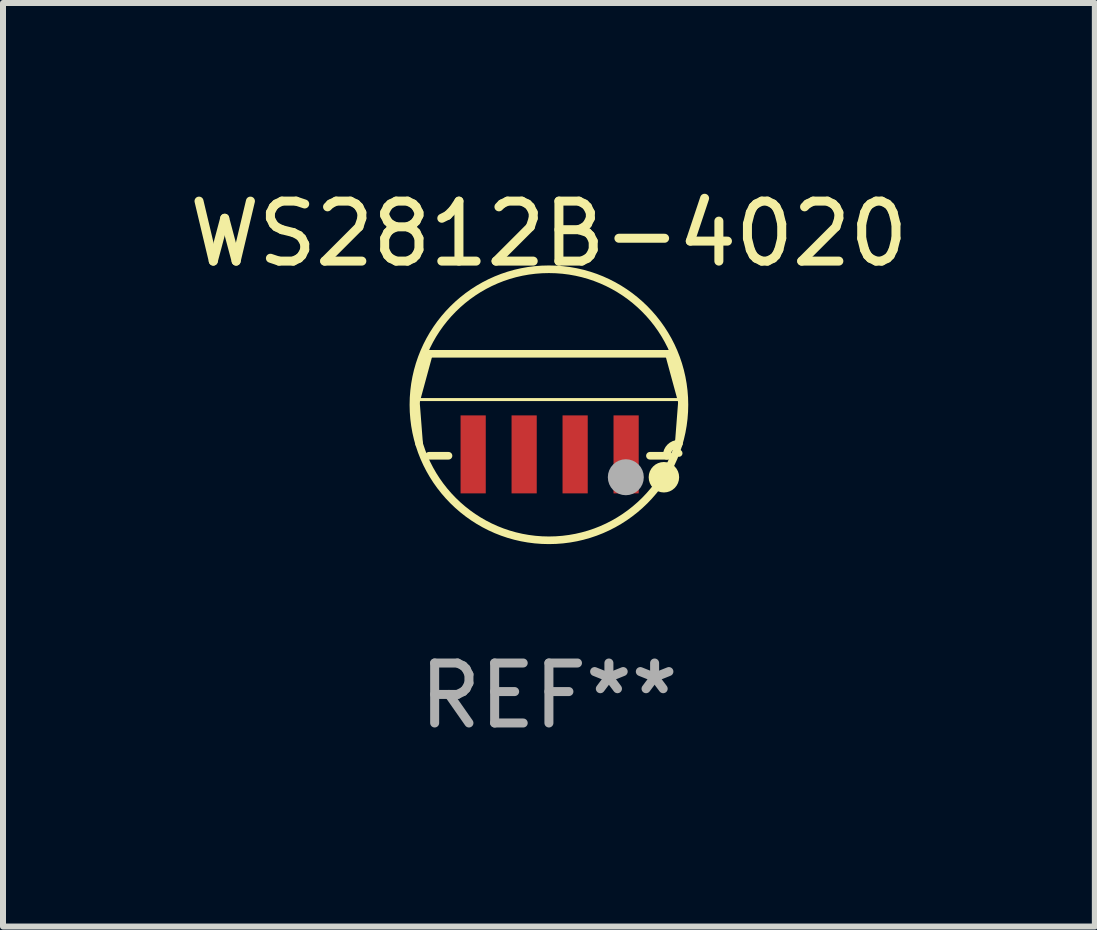
<source format=kicad_pcb>
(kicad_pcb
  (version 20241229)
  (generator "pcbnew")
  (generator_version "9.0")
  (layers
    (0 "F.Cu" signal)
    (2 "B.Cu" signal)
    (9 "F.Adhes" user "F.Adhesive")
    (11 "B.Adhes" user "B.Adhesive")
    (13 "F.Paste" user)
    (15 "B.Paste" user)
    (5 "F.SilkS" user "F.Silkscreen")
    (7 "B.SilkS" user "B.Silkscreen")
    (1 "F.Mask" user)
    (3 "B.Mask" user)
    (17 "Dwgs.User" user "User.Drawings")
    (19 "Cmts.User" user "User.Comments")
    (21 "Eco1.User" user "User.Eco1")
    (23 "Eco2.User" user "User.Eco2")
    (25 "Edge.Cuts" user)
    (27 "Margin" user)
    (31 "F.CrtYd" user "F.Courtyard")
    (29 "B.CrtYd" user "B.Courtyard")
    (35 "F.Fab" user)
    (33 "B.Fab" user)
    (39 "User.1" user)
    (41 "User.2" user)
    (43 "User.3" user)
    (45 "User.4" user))
  (footprint "WS2812B-4020"
    (layer "F.Cu")
    (at 6.101 3.698)
    (property "Reference" "WS2812B-4020" (at 0 -2.85 0) (layer "F.SilkS") (effects (font (size 1 1) (thickness 0.15))))
    (attr through_hole)
    (fp_line (start -2.164 0.649) (end -2.221 -0.087) (stroke (width 0.127) (type solid)) (layer "F.SilkS"))
    (fp_line (start -2 -0.85) (end -2.218 -0.05) (stroke (width 0.127) (type solid)) (layer "F.SilkS"))
    (fp_line (start -1.674 0.85) (end -2 0.85) (stroke (width 0.127) (type solid)) (layer "F.SilkS"))
    (fp_line (start 2 -0.85) (end -2 -0.85) (stroke (width 0.127) (type solid)) (layer "F.SilkS"))
    (fp_line (start 2 0.85) (end 1.684 0.85) (stroke (width 0.127) (type solid)) (layer "F.SilkS"))
    (fp_line (start 2.218 -0.05) (end 2 -0.85) (stroke (width 0.127) (type solid)) (layer "F.SilkS"))
    (fp_line (start 2.221 -0.087) (end -2.221 -0.087) (stroke (width 0.05) (type solid)) (layer "F.SilkS"))
    (fp_line (start 2.221 -0.087) (end 2.164 0.649) (stroke (width 0.127) (type solid)) (layer "F.SilkS"))
    (fp_arc (start -2.163767 0.649187) (mid 2.163789 -0.649209) (end -2.163767 0.649187) (stroke (width 0.127) (type solid)) (layer "F.SilkS"))
    (fp_arc (start 1.96303 0.849975) (mid 2.021843 0.708) (end 2.163817 0.649187) (stroke (width 0.127) (type solid)) (layer "F.SilkS"))
    (fp_circle (center 1.917 1.208) (end 2.044 1.208) (stroke (width 0.254) (type solid)) (fill no) (layer "F.SilkS"))
    (fp_circle (center 2.167 0.808) (end 2.197 0.808) (stroke (width 0.06) (type solid)) (fill no) (layer "F.SilkS"))
    (fp_circle (center 1.282 1.208) (end 1.432 1.208) (stroke (width 0.3) (type solid)) (fill no) (layer "F.Fab"))
    (fp_text user "REF**" (at 0 4.85 0) (layer "F.Fab") (effects (font (size 1 1) (thickness 0.15))))
    (pad "1" smd rect (at 1.287 0.827) (size 0.42 1.3) (layers "F.Cu" "F.Mask" "F.Paste"))
    (pad "2" smd rect (at 0.437 0.827 180) (size 0.42 1.3) (layers "F.Cu" "F.Mask" "F.Paste"))
    (pad "3" smd rect (at -0.413 0.827 180) (size 0.42 1.3) (layers "F.Cu" "F.Mask" "F.Paste"))
    (pad "4" smd rect (at -1.263 0.827 180) (size 0.42 1.3) (layers "F.Cu" "F.Mask" "F.Paste")))
  (gr_rect
    (start -3 -3)
    (end 15.202 12.396)
    (stroke (width 0.1) (type default))
    (fill no)
    (layer "Edge.Cuts")))
</source>
